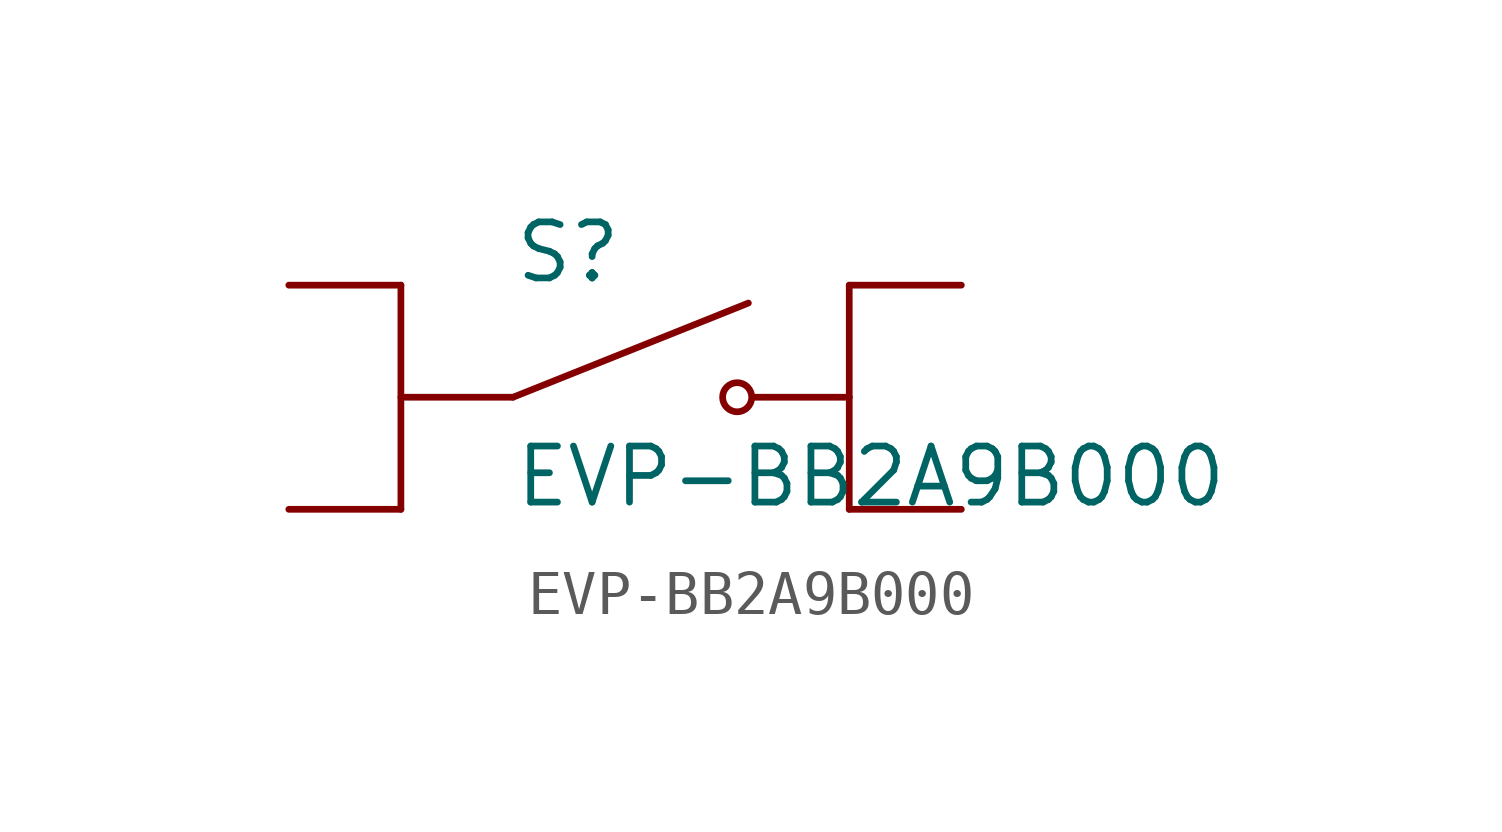
<source format=kicad_sym>
(kicad_symbol_lib
  (version 20211014)
  (generator kicad_symbol_editor)
  (symbol "EVP-BB2A9B000"
    (pin_numbers hide)
    (pin_names
      (offset 1.016) hide)
    (property "Reference" "S"
      (at -2.54 2.54 0)
      (effects (font (size 1.27 1.27)) (justify left bottom)))
    (property "Value" "EVP-BB2A9B000"
      (at -2.54 -2.54 0)
      (effects (font (size 1.27 1.27)) (justify left bottom)))
    (property "ki_locked" ""
      (at 0 0 0)
      (effects (font (size 1.27 1.27))))
    (symbol "EVP-BB2A9B000_0_0"
      (polyline (pts (xy -5.08 2.54) (xy -5.08 -2.54)) (stroke (width 0.152) (type default) (color 0 0 0 0)) (fill (type none)))
      (polyline (pts (xy -2.54 0) (xy -5.08 0)) (stroke (width 0.152) (type default) (color 0 0 0 0)) (fill (type none)))
      (polyline (pts (xy -2.54 0) (xy 2.794 2.134)) (stroke (width 0.152) (type default) (color 0 0 0 0)) (fill (type none)))
      (polyline (pts (xy 5.08 0) (xy 2.921 0)) (stroke (width 0.152) (type default) (color 0 0 0 0)) (fill (type none)))
      (polyline (pts (xy 5.08 2.54) (xy 5.08 -2.54)) (stroke (width 0.152) (type default) (color 0 0 0 0)) (fill (type none)))
      (circle (center 2.54 0) (radius 0.33) (stroke (width 0.152) (type default) (color 0 0 0 0)) (fill (type none)))
      (pin passive line (at -7.62 2.54 0) (length 2.54) (name "~" (effects (font (size 1.016 1.016)))) (number "A1" (effects (font (size 1.016 1.016)))))
      (pin passive line (at -7.62 -2.54 0) (length 2.54) (name "~" (effects (font (size 1.016 1.016)))) (number "A2" (effects (font (size 1.016 1.016)))))
      (pin passive line (at 7.62 2.54 180) (length 2.54) (name "~" (effects (font (size 1.016 1.016)))) (number "B1" (effects (font (size 1.016 1.016)))))
      (pin passive line (at 7.62 -2.54 180) (length 2.54) (name "~" (effects (font (size 1.016 1.016)))) (number "B2" (effects (font (size 1.016 1.016))))))))
</source>
